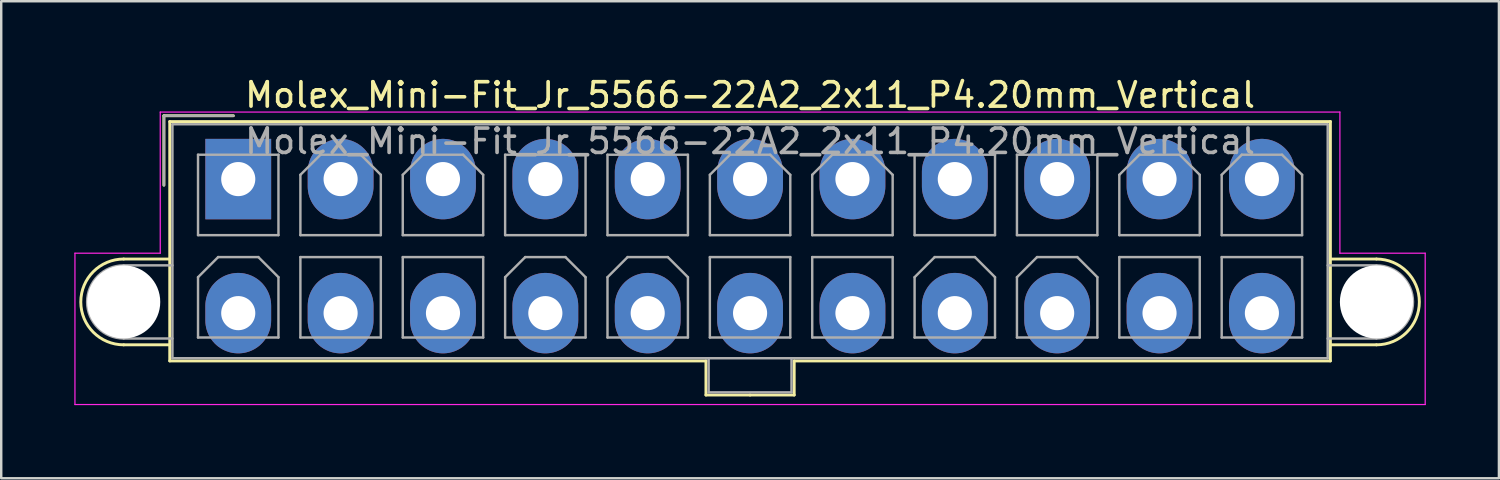
<source format=kicad_pcb>
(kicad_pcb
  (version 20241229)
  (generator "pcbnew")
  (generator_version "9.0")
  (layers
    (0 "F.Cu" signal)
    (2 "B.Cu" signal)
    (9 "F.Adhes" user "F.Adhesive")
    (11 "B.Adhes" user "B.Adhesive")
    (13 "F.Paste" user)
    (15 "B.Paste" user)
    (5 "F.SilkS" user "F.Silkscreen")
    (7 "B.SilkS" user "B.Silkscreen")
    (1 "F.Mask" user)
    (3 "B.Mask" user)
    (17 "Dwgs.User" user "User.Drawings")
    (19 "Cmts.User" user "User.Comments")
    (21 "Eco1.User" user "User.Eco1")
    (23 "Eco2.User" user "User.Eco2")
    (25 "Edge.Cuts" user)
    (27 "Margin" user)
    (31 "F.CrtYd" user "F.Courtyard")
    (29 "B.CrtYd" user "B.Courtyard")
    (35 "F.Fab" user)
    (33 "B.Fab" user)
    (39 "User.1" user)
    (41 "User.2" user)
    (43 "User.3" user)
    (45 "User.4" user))
  (footprint "Molex_Mini-Fit_Jr_5566-22A2_2x11_P4.20mm_Vertical"
    (layer "F.Cu")
    (at 6.725 4.298)
    (property "Reference" "Molex_Mini-Fit_Jr_5566-22A2_2x11_P4.20mm_Vertical" (at 21 -3.45 0) (layer "F.SilkS") (effects (font (size 1 1) (thickness 0.15))))
    (attr through_hole)
    (fp_line (start -4.7 3.28) (end -2.81 3.28) (stroke (width 0.12) (type solid)) (layer "F.SilkS"))
    (fp_line (start -4.7 6.8) (end -2.81 6.8) (stroke (width 0.12) (type solid)) (layer "F.SilkS"))
    (fp_line (start -3.05 -2.6) (end -3.05 0.25) (stroke (width 0.12) (type solid)) (layer "F.SilkS"))
    (fp_line (start -2.81 -2.36) (end -2.81 7.46) (stroke (width 0.12) (type solid)) (layer "F.SilkS"))
    (fp_line (start -2.81 7.46) (end 19.19 7.46) (stroke (width 0.12) (type solid)) (layer "F.SilkS"))
    (fp_line (start -0.2 -2.6) (end -3.05 -2.6) (stroke (width 0.12) (type solid)) (layer "F.SilkS"))
    (fp_line (start 19.19 7.46) (end 19.19 8.86) (stroke (width 0.12) (type solid)) (layer "F.SilkS"))
    (fp_line (start 19.19 8.86) (end 21 8.86) (stroke (width 0.12) (type solid)) (layer "F.SilkS"))
    (fp_line (start 21 -2.36) (end -2.81 -2.36) (stroke (width 0.12) (type solid)) (layer "F.SilkS"))
    (fp_line (start 21 -2.36) (end 44.81 -2.36) (stroke (width 0.12) (type solid)) (layer "F.SilkS"))
    (fp_line (start 22.81 7.46) (end 22.81 8.86) (stroke (width 0.12) (type solid)) (layer "F.SilkS"))
    (fp_line (start 22.81 8.86) (end 21 8.86) (stroke (width 0.12) (type solid)) (layer "F.SilkS"))
    (fp_line (start 44.81 -2.36) (end 44.81 7.46) (stroke (width 0.12) (type solid)) (layer "F.SilkS"))
    (fp_line (start 44.81 7.46) (end 22.81 7.46) (stroke (width 0.12) (type solid)) (layer "F.SilkS"))
    (fp_line (start 46.7 3.28) (end 44.81 3.28) (stroke (width 0.12) (type solid)) (layer "F.SilkS"))
    (fp_line (start 46.7 6.8) (end 44.81 6.8) (stroke (width 0.12) (type solid)) (layer "F.SilkS"))
    (fp_arc (start -4.7 6.8) (mid -6.46 5.04) (end -4.7 3.28) (stroke (width 0.12) (type solid)) (layer "F.SilkS"))
    (fp_arc (start 46.7 3.28) (mid 48.46 5.04) (end 46.7 6.8) (stroke (width 0.12) (type solid)) (layer "F.SilkS"))
    (fp_line (start -6.7 3.04) (end -6.7 9.25) (stroke (width 0.05) (type solid)) (layer "F.CrtYd"))
    (fp_line (start -6.7 9.25) (end 48.7 9.25) (stroke (width 0.05) (type solid)) (layer "F.CrtYd"))
    (fp_line (start -3.2 -2.75) (end -3.2 3.04) (stroke (width 0.05) (type solid)) (layer "F.CrtYd"))
    (fp_line (start -3.2 3.04) (end -6.7 3.04) (stroke (width 0.05) (type solid)) (layer "F.CrtYd"))
    (fp_line (start 45.2 -2.75) (end -3.2 -2.75) (stroke (width 0.05) (type solid)) (layer "F.CrtYd"))
    (fp_line (start 45.2 3.04) (end 45.2 -2.75) (stroke (width 0.05) (type solid)) (layer "F.CrtYd"))
    (fp_line (start 48.7 3.04) (end 45.2 3.04) (stroke (width 0.05) (type solid)) (layer "F.CrtYd"))
    (fp_line (start 48.7 9.25) (end 48.7 3.04) (stroke (width 0.05) (type solid)) (layer "F.CrtYd"))
    (fp_line (start -4.7 3.54) (end -2.7 3.54) (stroke (width 0.1) (type solid)) (layer "F.Fab"))
    (fp_line (start -4.7 6.54) (end -2.7 6.54) (stroke (width 0.1) (type solid)) (layer "F.Fab"))
    (fp_line (start -3.05 -2.6) (end -3.05 0.25) (stroke (width 0.1) (type solid)) (layer "F.Fab"))
    (fp_line (start -2.7 -2.25) (end -2.7 7.35) (stroke (width 0.1) (type solid)) (layer "F.Fab"))
    (fp_line (start -2.7 7.35) (end 44.7 7.35) (stroke (width 0.1) (type solid)) (layer "F.Fab"))
    (fp_line (start -1.65 -1) (end -1.65 2.3) (stroke (width 0.1) (type solid)) (layer "F.Fab"))
    (fp_line (start -1.65 2.3) (end 1.65 2.3) (stroke (width 0.1) (type solid)) (layer "F.Fab"))
    (fp_line (start -1.65 4.025) (end -0.825 3.2) (stroke (width 0.1) (type solid)) (layer "F.Fab"))
    (fp_line (start -1.65 6.5) (end -1.65 4.025) (stroke (width 0.1) (type solid)) (layer "F.Fab"))
    (fp_line (start -0.825 3.2) (end 0.825 3.2) (stroke (width 0.1) (type solid)) (layer "F.Fab"))
    (fp_line (start -0.2 -2.6) (end -3.05 -2.6) (stroke (width 0.1) (type solid)) (layer "F.Fab"))
    (fp_line (start 0.825 3.2) (end 1.65 4.025) (stroke (width 0.1) (type solid)) (layer "F.Fab"))
    (fp_line (start 1.65 -1) (end -1.65 -1) (stroke (width 0.1) (type solid)) (layer "F.Fab"))
    (fp_line (start 1.65 2.3) (end 1.65 -1) (stroke (width 0.1) (type solid)) (layer "F.Fab"))
    (fp_line (start 1.65 4.025) (end 1.65 6.5) (stroke (width 0.1) (type solid)) (layer "F.Fab"))
    (fp_line (start 1.65 6.5) (end -1.65 6.5) (stroke (width 0.1) (type solid)) (layer "F.Fab"))
    (fp_line (start 2.55 -0.175) (end 3.375 -1) (stroke (width 0.1) (type solid)) (layer "F.Fab"))
    (fp_line (start 2.55 2.3) (end 2.55 -0.175) (stroke (width 0.1) (type solid)) (layer "F.Fab"))
    (fp_line (start 2.55 3.2) (end 2.55 6.5) (stroke (width 0.1) (type solid)) (layer "F.Fab"))
    (fp_line (start 2.55 6.5) (end 5.85 6.5) (stroke (width 0.1) (type solid)) (layer "F.Fab"))
    (fp_line (start 3.375 -1) (end 5.025 -1) (stroke (width 0.1) (type solid)) (layer "F.Fab"))
    (fp_line (start 5.025 -1) (end 5.85 -0.175) (stroke (width 0.1) (type solid)) (layer "F.Fab"))
    (fp_line (start 5.85 -0.175) (end 5.85 2.3) (stroke (width 0.1) (type solid)) (layer "F.Fab"))
    (fp_line (start 5.85 2.3) (end 2.55 2.3) (stroke (width 0.1) (type solid)) (layer "F.Fab"))
    (fp_line (start 5.85 3.2) (end 2.55 3.2) (stroke (width 0.1) (type solid)) (layer "F.Fab"))
    (fp_line (start 5.85 6.5) (end 5.85 3.2) (stroke (width 0.1) (type solid)) (layer "F.Fab"))
    (fp_line (start 6.75 -0.175) (end 7.575 -1) (stroke (width 0.1) (type solid)) (layer "F.Fab"))
    (fp_line (start 6.75 2.3) (end 6.75 -0.175) (stroke (width 0.1) (type solid)) (layer "F.Fab"))
    (fp_line (start 6.75 3.2) (end 6.75 6.5) (stroke (width 0.1) (type solid)) (layer "F.Fab"))
    (fp_line (start 6.75 6.5) (end 10.05 6.5) (stroke (width 0.1) (type solid)) (layer "F.Fab"))
    (fp_line (start 7.575 -1) (end 9.225 -1) (stroke (width 0.1) (type solid)) (layer "F.Fab"))
    (fp_line (start 9.225 -1) (end 10.05 -0.175) (stroke (width 0.1) (type solid)) (layer "F.Fab"))
    (fp_line (start 10.05 -0.175) (end 10.05 2.3) (stroke (width 0.1) (type solid)) (layer "F.Fab"))
    (fp_line (start 10.05 2.3) (end 6.75 2.3) (stroke (width 0.1) (type solid)) (layer "F.Fab"))
    (fp_line (start 10.05 3.2) (end 6.75 3.2) (stroke (width 0.1) (type solid)) (layer "F.Fab"))
    (fp_line (start 10.05 6.5) (end 10.05 3.2) (stroke (width 0.1) (type solid)) (layer "F.Fab"))
    (fp_line (start 10.95 -1) (end 10.95 2.3) (stroke (width 0.1) (type solid)) (layer "F.Fab"))
    (fp_line (start 10.95 2.3) (end 14.25 2.3) (stroke (width 0.1) (type solid)) (layer "F.Fab"))
    (fp_line (start 10.95 4.025) (end 11.775 3.2) (stroke (width 0.1) (type solid)) (layer "F.Fab"))
    (fp_line (start 10.95 6.5) (end 10.95 4.025) (stroke (width 0.1) (type solid)) (layer "F.Fab"))
    (fp_line (start 11.775 3.2) (end 13.425 3.2) (stroke (width 0.1) (type solid)) (layer "F.Fab"))
    (fp_line (start 13.425 3.2) (end 14.25 4.025) (stroke (width 0.1) (type solid)) (layer "F.Fab"))
    (fp_line (start 14.25 -1) (end 10.95 -1) (stroke (width 0.1) (type solid)) (layer "F.Fab"))
    (fp_line (start 14.25 2.3) (end 14.25 -1) (stroke (width 0.1) (type solid)) (layer "F.Fab"))
    (fp_line (start 14.25 4.025) (end 14.25 6.5) (stroke (width 0.1) (type solid)) (layer "F.Fab"))
    (fp_line (start 14.25 6.5) (end 10.95 6.5) (stroke (width 0.1) (type solid)) (layer "F.Fab"))
    (fp_line (start 15.15 -1) (end 15.15 2.3) (stroke (width 0.1) (type solid)) (layer "F.Fab"))
    (fp_line (start 15.15 2.3) (end 18.45 2.3) (stroke (width 0.1) (type solid)) (layer "F.Fab"))
    (fp_line (start 15.15 4.025) (end 15.975 3.2) (stroke (width 0.1) (type solid)) (layer "F.Fab"))
    (fp_line (start 15.15 6.5) (end 15.15 4.025) (stroke (width 0.1) (type solid)) (layer "F.Fab"))
    (fp_line (start 15.975 3.2) (end 17.625 3.2) (stroke (width 0.1) (type solid)) (layer "F.Fab"))
    (fp_line (start 17.625 3.2) (end 18.45 4.025) (stroke (width 0.1) (type solid)) (layer "F.Fab"))
    (fp_line (start 18.45 -1) (end 15.15 -1) (stroke (width 0.1) (type solid)) (layer "F.Fab"))
    (fp_line (start 18.45 2.3) (end 18.45 -1) (stroke (width 0.1) (type solid)) (layer "F.Fab"))
    (fp_line (start 18.45 4.025) (end 18.45 6.5) (stroke (width 0.1) (type solid)) (layer "F.Fab"))
    (fp_line (start 18.45 6.5) (end 15.15 6.5) (stroke (width 0.1) (type solid)) (layer "F.Fab"))
    (fp_line (start 19.3 7.35) (end 19.3 8.75) (stroke (width 0.1) (type solid)) (layer "F.Fab"))
    (fp_line (start 19.3 8.75) (end 22.7 8.75) (stroke (width 0.1) (type solid)) (layer "F.Fab"))
    (fp_line (start 19.35 -0.175) (end 20.175 -1) (stroke (width 0.1) (type solid)) (layer "F.Fab"))
    (fp_line (start 19.35 2.3) (end 19.35 -0.175) (stroke (width 0.1) (type solid)) (layer "F.Fab"))
    (fp_line (start 19.35 3.2) (end 19.35 6.5) (stroke (width 0.1) (type solid)) (layer "F.Fab"))
    (fp_line (start 19.35 6.5) (end 22.65 6.5) (stroke (width 0.1) (type solid)) (layer "F.Fab"))
    (fp_line (start 20.175 -1) (end 21.825 -1) (stroke (width 0.1) (type solid)) (layer "F.Fab"))
    (fp_line (start 21.825 -1) (end 22.65 -0.175) (stroke (width 0.1) (type solid)) (layer "F.Fab"))
    (fp_line (start 22.65 -0.175) (end 22.65 2.3) (stroke (width 0.1) (type solid)) (layer "F.Fab"))
    (fp_line (start 22.65 2.3) (end 19.35 2.3) (stroke (width 0.1) (type solid)) (layer "F.Fab"))
    (fp_line (start 22.65 3.2) (end 19.35 3.2) (stroke (width 0.1) (type solid)) (layer "F.Fab"))
    (fp_line (start 22.65 6.5) (end 22.65 3.2) (stroke (width 0.1) (type solid)) (layer "F.Fab"))
    (fp_line (start 22.7 8.75) (end 22.7 7.35) (stroke (width 0.1) (type solid)) (layer "F.Fab"))
    (fp_line (start 23.55 -0.175) (end 24.375 -1) (stroke (width 0.1) (type solid)) (layer "F.Fab"))
    (fp_line (start 23.55 2.3) (end 23.55 -0.175) (stroke (width 0.1) (type solid)) (layer "F.Fab"))
    (fp_line (start 23.55 3.2) (end 23.55 6.5) (stroke (width 0.1) (type solid)) (layer "F.Fab"))
    (fp_line (start 23.55 6.5) (end 26.85 6.5) (stroke (width 0.1) (type solid)) (layer "F.Fab"))
    (fp_line (start 24.375 -1) (end 26.025 -1) (stroke (width 0.1) (type solid)) (layer "F.Fab"))
    (fp_line (start 26.025 -1) (end 26.85 -0.175) (stroke (width 0.1) (type solid)) (layer "F.Fab"))
    (fp_line (start 26.85 -0.175) (end 26.85 2.3) (stroke (width 0.1) (type solid)) (layer "F.Fab"))
    (fp_line (start 26.85 2.3) (end 23.55 2.3) (stroke (width 0.1) (type solid)) (layer "F.Fab"))
    (fp_line (start 26.85 3.2) (end 23.55 3.2) (stroke (width 0.1) (type solid)) (layer "F.Fab"))
    (fp_line (start 26.85 6.5) (end 26.85 3.2) (stroke (width 0.1) (type solid)) (layer "F.Fab"))
    (fp_line (start 27.75 -1) (end 27.75 2.3) (stroke (width 0.1) (type solid)) (layer "F.Fab"))
    (fp_line (start 27.75 2.3) (end 31.05 2.3) (stroke (width 0.1) (type solid)) (layer "F.Fab"))
    (fp_line (start 27.75 4.025) (end 28.575 3.2) (stroke (width 0.1) (type solid)) (layer "F.Fab"))
    (fp_line (start 27.75 6.5) (end 27.75 4.025) (stroke (width 0.1) (type solid)) (layer "F.Fab"))
    (fp_line (start 28.575 3.2) (end 30.225 3.2) (stroke (width 0.1) (type solid)) (layer "F.Fab"))
    (fp_line (start 30.225 3.2) (end 31.05 4.025) (stroke (width 0.1) (type solid)) (layer "F.Fab"))
    (fp_line (start 31.05 -1) (end 27.75 -1) (stroke (width 0.1) (type solid)) (layer "F.Fab"))
    (fp_line (start 31.05 2.3) (end 31.05 -1) (stroke (width 0.1) (type solid)) (layer "F.Fab"))
    (fp_line (start 31.05 4.025) (end 31.05 6.5) (stroke (width 0.1) (type solid)) (layer "F.Fab"))
    (fp_line (start 31.05 6.5) (end 27.75 6.5) (stroke (width 0.1) (type solid)) (layer "F.Fab"))
    (fp_line (start 31.95 -1) (end 31.95 2.3) (stroke (width 0.1) (type solid)) (layer "F.Fab"))
    (fp_line (start 31.95 2.3) (end 35.25 2.3) (stroke (width 0.1) (type solid)) (layer "F.Fab"))
    (fp_line (start 31.95 4.025) (end 32.775 3.2) (stroke (width 0.1) (type solid)) (layer "F.Fab"))
    (fp_line (start 31.95 6.5) (end 31.95 4.025) (stroke (width 0.1) (type solid)) (layer "F.Fab"))
    (fp_line (start 32.775 3.2) (end 34.425 3.2) (stroke (width 0.1) (type solid)) (layer "F.Fab"))
    (fp_line (start 34.425 3.2) (end 35.25 4.025) (stroke (width 0.1) (type solid)) (layer "F.Fab"))
    (fp_line (start 35.25 -1) (end 31.95 -1) (stroke (width 0.1) (type solid)) (layer "F.Fab"))
    (fp_line (start 35.25 2.3) (end 35.25 -1) (stroke (width 0.1) (type solid)) (layer "F.Fab"))
    (fp_line (start 35.25 4.025) (end 35.25 6.5) (stroke (width 0.1) (type solid)) (layer "F.Fab"))
    (fp_line (start 35.25 6.5) (end 31.95 6.5) (stroke (width 0.1) (type solid)) (layer "F.Fab"))
    (fp_line (start 36.15 -0.175) (end 36.975 -1) (stroke (width 0.1) (type solid)) (layer "F.Fab"))
    (fp_line (start 36.15 2.3) (end 36.15 -0.175) (stroke (width 0.1) (type solid)) (layer "F.Fab"))
    (fp_line (start 36.15 3.2) (end 36.15 6.5) (stroke (width 0.1) (type solid)) (layer "F.Fab"))
    (fp_line (start 36.15 6.5) (end 39.45 6.5) (stroke (width 0.1) (type solid)) (layer "F.Fab"))
    (fp_line (start 36.975 -1) (end 38.625 -1) (stroke (width 0.1) (type solid)) (layer "F.Fab"))
    (fp_line (start 38.625 -1) (end 39.45 -0.175) (stroke (width 0.1) (type solid)) (layer "F.Fab"))
    (fp_line (start 39.45 -0.175) (end 39.45 2.3) (stroke (width 0.1) (type solid)) (layer "F.Fab"))
    (fp_line (start 39.45 2.3) (end 36.15 2.3) (stroke (width 0.1) (type solid)) (layer "F.Fab"))
    (fp_line (start 39.45 3.2) (end 36.15 3.2) (stroke (width 0.1) (type solid)) (layer "F.Fab"))
    (fp_line (start 39.45 6.5) (end 39.45 3.2) (stroke (width 0.1) (type solid)) (layer "F.Fab"))
    (fp_line (start 40.35 -0.175) (end 41.175 -1) (stroke (width 0.1) (type solid)) (layer "F.Fab"))
    (fp_line (start 40.35 2.3) (end 40.35 -0.175) (stroke (width 0.1) (type solid)) (layer "F.Fab"))
    (fp_line (start 40.35 3.2) (end 40.35 6.5) (stroke (width 0.1) (type solid)) (layer "F.Fab"))
    (fp_line (start 40.35 6.5) (end 43.65 6.5) (stroke (width 0.1) (type solid)) (layer "F.Fab"))
    (fp_line (start 41.175 -1) (end 42.825 -1) (stroke (width 0.1) (type solid)) (layer "F.Fab"))
    (fp_line (start 42.825 -1) (end 43.65 -0.175) (stroke (width 0.1) (type solid)) (layer "F.Fab"))
    (fp_line (start 43.65 -0.175) (end 43.65 2.3) (stroke (width 0.1) (type solid)) (layer "F.Fab"))
    (fp_line (start 43.65 2.3) (end 40.35 2.3) (stroke (width 0.1) (type solid)) (layer "F.Fab"))
    (fp_line (start 43.65 3.2) (end 40.35 3.2) (stroke (width 0.1) (type solid)) (layer "F.Fab"))
    (fp_line (start 43.65 6.5) (end 43.65 3.2) (stroke (width 0.1) (type solid)) (layer "F.Fab"))
    (fp_line (start 44.7 -2.25) (end -2.7 -2.25) (stroke (width 0.1) (type solid)) (layer "F.Fab"))
    (fp_line (start 44.7 7.35) (end 44.7 -2.25) (stroke (width 0.1) (type solid)) (layer "F.Fab"))
    (fp_line (start 46.7 3.54) (end 44.7 3.54) (stroke (width 0.1) (type solid)) (layer "F.Fab"))
    (fp_line (start 46.7 6.54) (end 44.7 6.54) (stroke (width 0.1) (type solid)) (layer "F.Fab"))
    (fp_arc (start -4.7 6.54) (mid -6.2 5.04) (end -4.7 3.54) (stroke (width 0.1) (type solid)) (layer "F.Fab"))
    (fp_arc (start 46.7 3.54) (mid 48.2 5.04) (end 46.7 6.54) (stroke (width 0.1) (type solid)) (layer "F.Fab"))
    (fp_text user "${REFERENCE}" (at 21 -1.55 0) (layer "F.Fab") (effects (font (size 1 1) (thickness 0.15))))
    (pad "" np_thru_hole circle (at -4.7 5.04) (size 3 3) (drill 3) (layers "*.Cu" "*.Mask"))
    (pad "" np_thru_hole circle (at 46.7 5.04) (size 3 3) (drill 3) (layers "*.Cu" "*.Mask"))
    (pad "1" thru_hole rect (at 0 0) (size 2.7 3.3) (drill 1.4) (layers "*.Cu" "*.Mask"))
    (pad "2" thru_hole oval (at 4.2 0) (size 2.7 3.3) (drill 1.4) (layers "*.Cu" "*.Mask"))
    (pad "3" thru_hole oval (at 8.4 0) (size 2.7 3.3) (drill 1.4) (layers "*.Cu" "*.Mask"))
    (pad "4" thru_hole oval (at 12.6 0) (size 2.7 3.3) (drill 1.4) (layers "*.Cu" "*.Mask"))
    (pad "5" thru_hole oval (at 16.8 0) (size 2.7 3.3) (drill 1.4) (layers "*.Cu" "*.Mask"))
    (pad "6" thru_hole oval (at 21 0) (size 2.7 3.3) (drill 1.4) (layers "*.Cu" "*.Mask"))
    (pad "7" thru_hole oval (at 25.2 0) (size 2.7 3.3) (drill 1.4) (layers "*.Cu" "*.Mask"))
    (pad "8" thru_hole oval (at 29.4 0) (size 2.7 3.3) (drill 1.4) (layers "*.Cu" "*.Mask"))
    (pad "9" thru_hole oval (at 33.6 0) (size 2.7 3.3) (drill 1.4) (layers "*.Cu" "*.Mask"))
    (pad "10" thru_hole oval (at 37.8 0) (size 2.7 3.3) (drill 1.4) (layers "*.Cu" "*.Mask"))
    (pad "11" thru_hole oval (at 42 0) (size 2.7 3.3) (drill 1.4) (layers "*.Cu" "*.Mask"))
    (pad "12" thru_hole oval (at 0 5.5) (size 2.7 3.3) (drill 1.4) (layers "*.Cu" "*.Mask"))
    (pad "13" thru_hole oval (at 4.2 5.5) (size 2.7 3.3) (drill 1.4) (layers "*.Cu" "*.Mask"))
    (pad "14" thru_hole oval (at 8.4 5.5) (size 2.7 3.3) (drill 1.4) (layers "*.Cu" "*.Mask"))
    (pad "15" thru_hole oval (at 12.6 5.5) (size 2.7 3.3) (drill 1.4) (layers "*.Cu" "*.Mask"))
    (pad "16" thru_hole oval (at 16.8 5.5) (size 2.7 3.3) (drill 1.4) (layers "*.Cu" "*.Mask"))
    (pad "17" thru_hole oval (at 21 5.5) (size 2.7 3.3) (drill 1.4) (layers "*.Cu" "*.Mask"))
    (pad "18" thru_hole oval (at 25.2 5.5) (size 2.7 3.3) (drill 1.4) (layers "*.Cu" "*.Mask"))
    (pad "19" thru_hole oval (at 29.4 5.5) (size 2.7 3.3) (drill 1.4) (layers "*.Cu" "*.Mask"))
    (pad "20" thru_hole oval (at 33.6 5.5) (size 2.7 3.3) (drill 1.4) (layers "*.Cu" "*.Mask"))
    (pad "21" thru_hole oval (at 37.8 5.5) (size 2.7 3.3) (drill 1.4) (layers "*.Cu" "*.Mask"))
    (pad "22" thru_hole oval (at 42 5.5) (size 2.7 3.3) (drill 1.4) (layers "*.Cu" "*.Mask")))
  (gr_rect
    (start -3 -3)
    (end 58.45 16.573)
    (stroke (width 0.1) (type default))
    (fill no)
    (layer "Edge.Cuts")))
</source>
